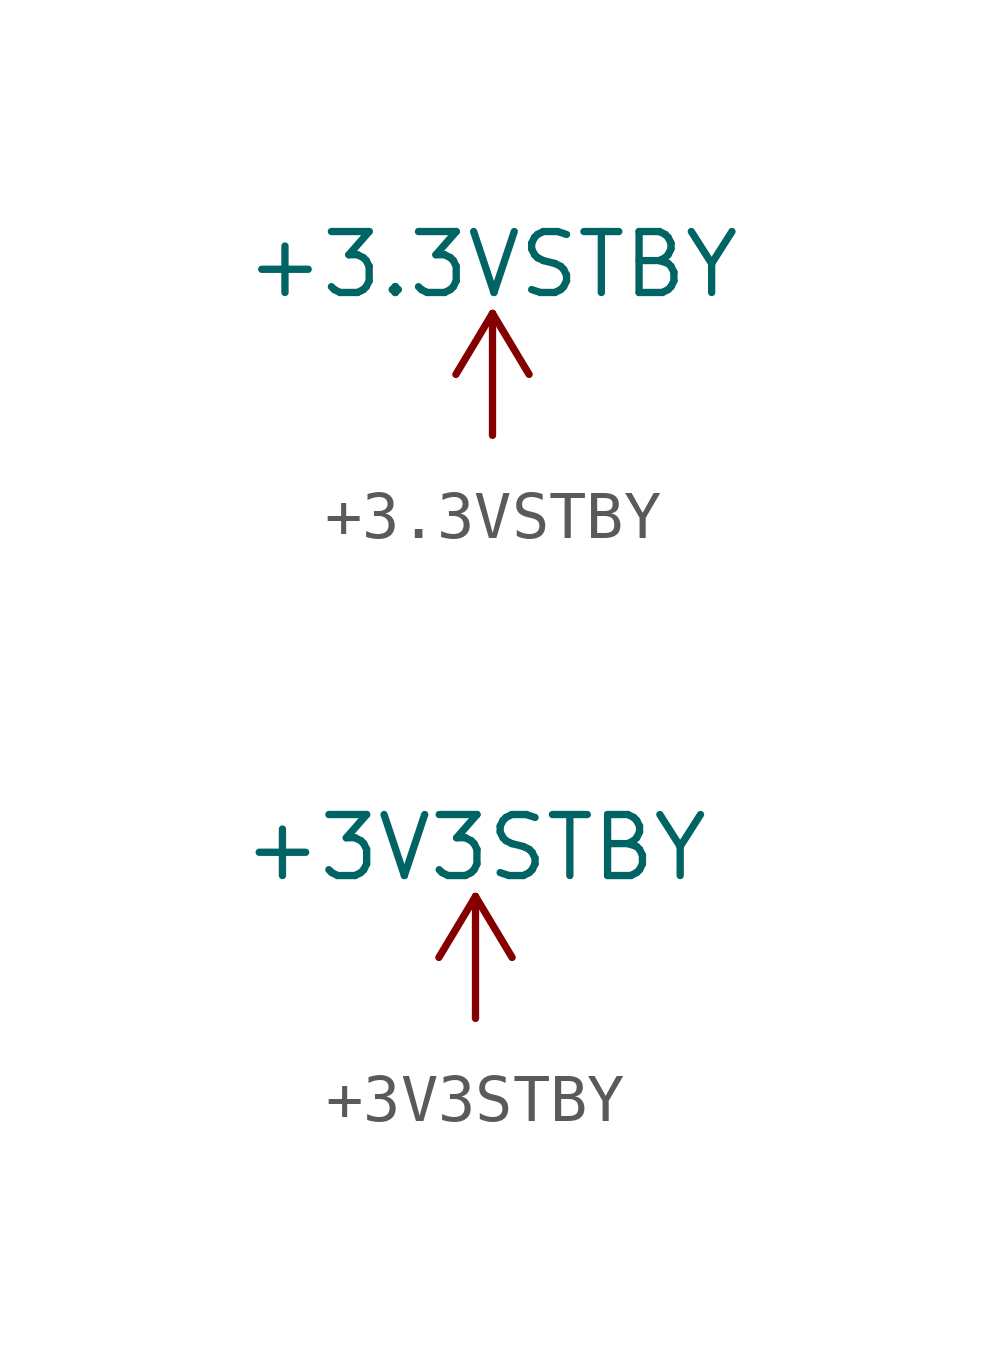
<source format=kicad_sym>
(kicad_symbol_lib
  (version 20220914)
  (generator kicad_symbol_editor)
  (symbol "+3.3VSTBY"
    (power)
    (pin_names
      (offset 0))
    (property "Reference" "#PWR"
      (at 0 -3.81 0)
      (effects (font (size 1.27 1.27)) hide))
    (property "Value" "+3.3VSTBY"
      (at 0 3.556 0)
      (effects (font (size 1.27 1.27))))
    (symbol "+3.3VSTBY_0_1"
      (polyline (pts (xy -0.762 1.27) (xy 0 2.54)) (stroke (width 0) (type default)) (fill (type none)))
      (polyline (pts (xy 0 0) (xy 0 2.54)) (stroke (width 0) (type default)) (fill (type none)))
      (polyline (pts (xy 0 2.54) (xy 0.762 1.27)) (stroke (width 0) (type default)) (fill (type none))))
    (symbol "+3.3VSTBY_1_1"
      (pin power_in line (at 0 0 90) (length 0) hide (name "+3.3STBY" (effects (font (size 1.27 1.27)))) (number "1" (effects (font (size 1.27 1.27)))))))
  (symbol "+3V3STBY"
    (power)
    (pin_names
      (offset 0))
    (property "Reference" "#PWR"
      (at 0 -3.81 0)
      (effects (font (size 1.27 1.27)) hide))
    (property "Value" "+3V3STBY"
      (at 0 3.556 0)
      (effects (font (size 1.27 1.27))))
    (symbol "+3V3STBY_0_1"
      (polyline (pts (xy -0.762 1.27) (xy 0 2.54)) (stroke (width 0) (type default)) (fill (type none)))
      (polyline (pts (xy 0 0) (xy 0 2.54)) (stroke (width 0) (type default)) (fill (type none)))
      (polyline (pts (xy 0 2.54) (xy 0.762 1.27)) (stroke (width 0) (type default)) (fill (type none))))
    (symbol "+3V3STBY_1_1"
      (pin power_in line (at 0 0 90) (length 0) hide (name "+3V3STBY" (effects (font (size 1.27 1.27)))) (number "1" (effects (font (size 1.27 1.27))))))))
</source>
